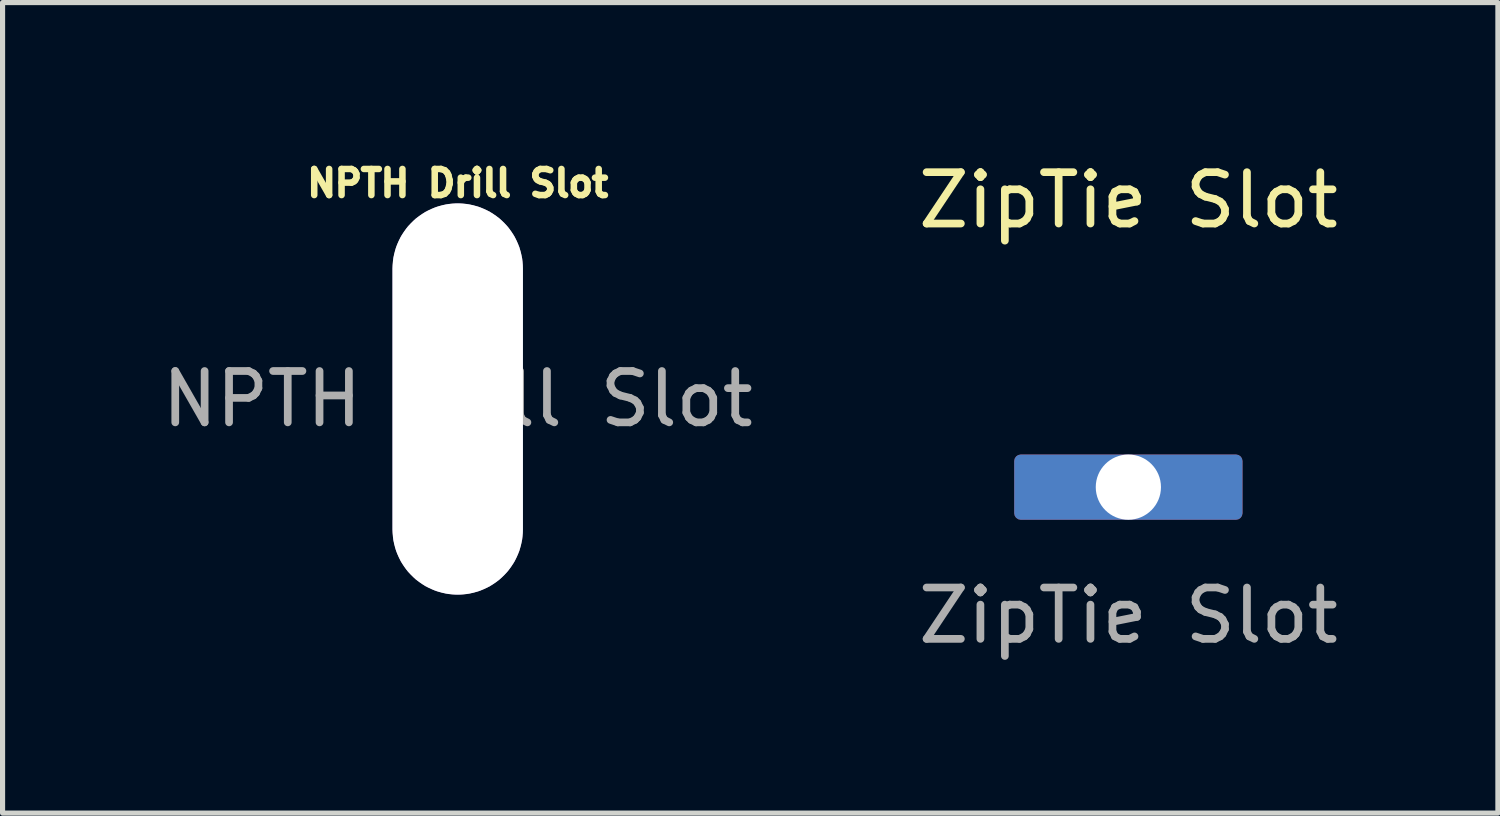
<source format=kicad_pcb>
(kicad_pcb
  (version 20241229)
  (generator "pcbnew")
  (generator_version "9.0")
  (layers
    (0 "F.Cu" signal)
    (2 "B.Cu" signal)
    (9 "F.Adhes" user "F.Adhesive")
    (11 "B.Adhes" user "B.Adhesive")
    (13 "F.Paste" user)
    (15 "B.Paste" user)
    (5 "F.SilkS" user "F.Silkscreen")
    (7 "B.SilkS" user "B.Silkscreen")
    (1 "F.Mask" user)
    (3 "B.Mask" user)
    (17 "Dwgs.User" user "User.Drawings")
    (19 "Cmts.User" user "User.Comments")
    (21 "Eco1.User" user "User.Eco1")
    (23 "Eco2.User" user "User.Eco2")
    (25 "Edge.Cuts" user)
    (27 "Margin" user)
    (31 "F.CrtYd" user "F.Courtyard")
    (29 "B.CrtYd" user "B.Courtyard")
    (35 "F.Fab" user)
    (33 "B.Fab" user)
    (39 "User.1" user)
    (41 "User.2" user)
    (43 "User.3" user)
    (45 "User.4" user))
  (footprint "ZipTie Slot"
    (layer "F.Cu")
    (at 18.923 6.436)
    (property "Reference" "ZipTie Slot" (at 0 -5.588 0) (unlocked yes) (layer "F.SilkS") (effects (font (size 1 1) (thickness 0.15))))
    (attr through_hole)
    (fp_text user "${REFERENCE}" (at 0 2.5 0) (unlocked yes) (layer "F.Fab") (effects (font (size 1 1) (thickness 0.15))))
    (pad "" np_thru_hole roundrect (at 0 0) (size 4.445 1.27) (drill 1.27) (layers "*.Cu" "*.Mask") (roundrect_rratio 0.1)))
  (footprint "NPTH Drill Slot"
    (layer "F.Cu")
    (at 5.863 4.72)
    (property "Reference" "NPTH Drill Slot" (at 0 -4.2 0) (layer "F.SilkS") (effects (font (size 0.508 0.508) (thickness 0.127))))
    (attr exclude_from_pos_files exclude_from_bom)
    (fp_text user "${REFERENCE}" (at 0 0 0) (layer "F.Fab") (effects (font (size 1 1) (thickness 0.15))))
    (pad "" np_thru_hole roundrect (at 0 0) (size 2.54 7.62) (drill oval 2.54 7.62) (layers "*.Cu" "*.Mask") (roundrect_rratio 0.5)))
  (gr_rect
    (start -3 -3)
    (end 26.119 12.784)
    (stroke (width 0.1) (type default))
    (fill no)
    (layer "Edge.Cuts")))
</source>
